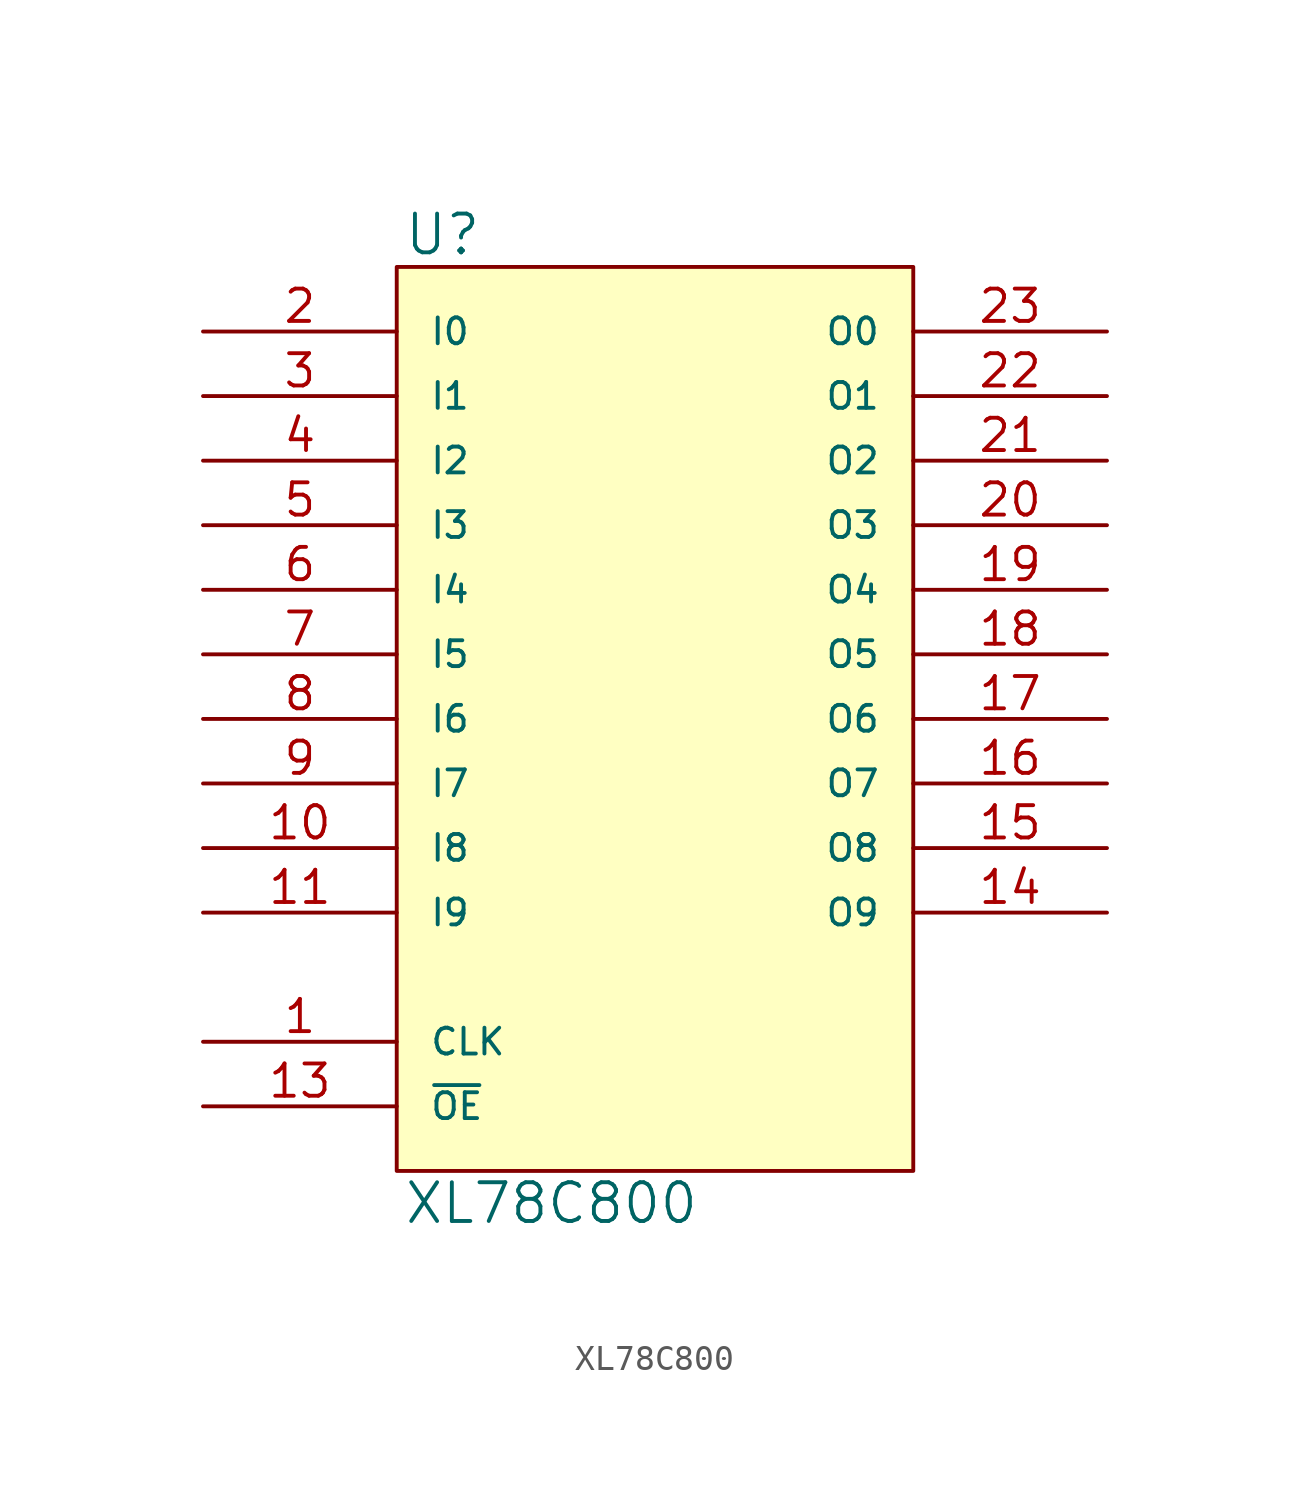
<source format=kicad_sym>
(kicad_symbol_lib
  (version 20231120)
  (generator "kicad_symbol_editor")
  (generator_version "8.0")
  (symbol "XL78C800"
    (pin_names
      (offset 1.27))
    (property "Reference" "U"
      (at 0.254 0.381 0)
      (effects (font (size 1.524 1.524)) (justify left bottom)))
    (property "Value" "XL78C800"
      (at 0.254 -35.941 0)
      (effects (font (size 1.524 1.524)) (justify left top)))
    (symbol "XL78C800_0_1"
      (rectangle (start 0 0) (end 20.32 -35.56) (stroke (width 0) (type solid)) (fill (type background))))
    (symbol "XL78C800_1_1"
      (pin input line (at -7.62 -30.48 0) (length 7.62) (name "CLK" (effects (font (size 1.016 1.016)))) (number "1" (effects (font (size 1.27 1.27)))))
      (pin input line (at -7.62 -22.86 0) (length 7.62) (name "I8" (effects (font (size 1.016 1.016)))) (number "10" (effects (font (size 1.27 1.27)))))
      (pin input line (at -7.62 -25.4 0) (length 7.62) (name "I9" (effects (font (size 1.016 1.016)))) (number "11" (effects (font (size 1.27 1.27)))))
      (pin power_in line (at 0 -35.56 90) (length 0) hide (name "GND" (effects (font (size 1.016 1.016)))) (number "12" (effects (font (size 1.27 1.27)))))
      (pin input line (at -7.62 -33.02 0) (length 7.62) (name "~{OE}" (effects (font (size 1.016 1.016)))) (number "13" (effects (font (size 1.27 1.27)))))
      (pin bidirectional line (at 27.94 -25.4 180) (length 7.62) (name "O9" (effects (font (size 1.016 1.016)))) (number "14" (effects (font (size 1.27 1.27)))))
      (pin tri_state line (at 27.94 -22.86 180) (length 7.62) (name "O8" (effects (font (size 1.016 1.016)))) (number "15" (effects (font (size 1.27 1.27)))))
      (pin tri_state line (at 27.94 -20.32 180) (length 7.62) (name "O7" (effects (font (size 1.016 1.016)))) (number "16" (effects (font (size 1.27 1.27)))))
      (pin tri_state line (at 27.94 -17.78 180) (length 7.62) (name "O6" (effects (font (size 1.016 1.016)))) (number "17" (effects (font (size 1.27 1.27)))))
      (pin tri_state line (at 27.94 -15.24 180) (length 7.62) (name "O5" (effects (font (size 1.016 1.016)))) (number "18" (effects (font (size 1.27 1.27)))))
      (pin tri_state line (at 27.94 -12.7 180) (length 7.62) (name "O4" (effects (font (size 1.016 1.016)))) (number "19" (effects (font (size 1.27 1.27)))))
      (pin input line (at -7.62 -2.54 0) (length 7.62) (name "I0" (effects (font (size 1.016 1.016)))) (number "2" (effects (font (size 1.27 1.27)))))
      (pin tri_state line (at 27.94 -10.16 180) (length 7.62) (name "O3" (effects (font (size 1.016 1.016)))) (number "20" (effects (font (size 1.27 1.27)))))
      (pin tri_state line (at 27.94 -7.62 180) (length 7.62) (name "O2" (effects (font (size 1.016 1.016)))) (number "21" (effects (font (size 1.27 1.27)))))
      (pin tri_state line (at 27.94 -5.08 180) (length 7.62) (name "O1" (effects (font (size 1.016 1.016)))) (number "22" (effects (font (size 1.27 1.27)))))
      (pin bidirectional line (at 27.94 -2.54 180) (length 7.62) (name "O0" (effects (font (size 1.016 1.016)))) (number "23" (effects (font (size 1.27 1.27)))))
      (pin power_in line (at 0 0 270) (length 0) hide (name "VCC" (effects (font (size 1.016 1.016)))) (number "24" (effects (font (size 1.27 1.27)))))
      (pin input line (at -7.62 -5.08 0) (length 7.62) (name "I1" (effects (font (size 1.016 1.016)))) (number "3" (effects (font (size 1.27 1.27)))))
      (pin input line (at -7.62 -7.62 0) (length 7.62) (name "I2" (effects (font (size 1.016 1.016)))) (number "4" (effects (font (size 1.27 1.27)))))
      (pin input line (at -7.62 -10.16 0) (length 7.62) (name "I3" (effects (font (size 1.016 1.016)))) (number "5" (effects (font (size 1.27 1.27)))))
      (pin input line (at -7.62 -12.7 0) (length 7.62) (name "I4" (effects (font (size 1.016 1.016)))) (number "6" (effects (font (size 1.27 1.27)))))
      (pin input line (at -7.62 -15.24 0) (length 7.62) (name "I5" (effects (font (size 1.016 1.016)))) (number "7" (effects (font (size 1.27 1.27)))))
      (pin input line (at -7.62 -17.78 0) (length 7.62) (name "I6" (effects (font (size 1.016 1.016)))) (number "8" (effects (font (size 1.27 1.27)))))
      (pin input line (at -7.62 -20.32 0) (length 7.62) (name "I7" (effects (font (size 1.016 1.016)))) (number "9" (effects (font (size 1.27 1.27))))))))
</source>
